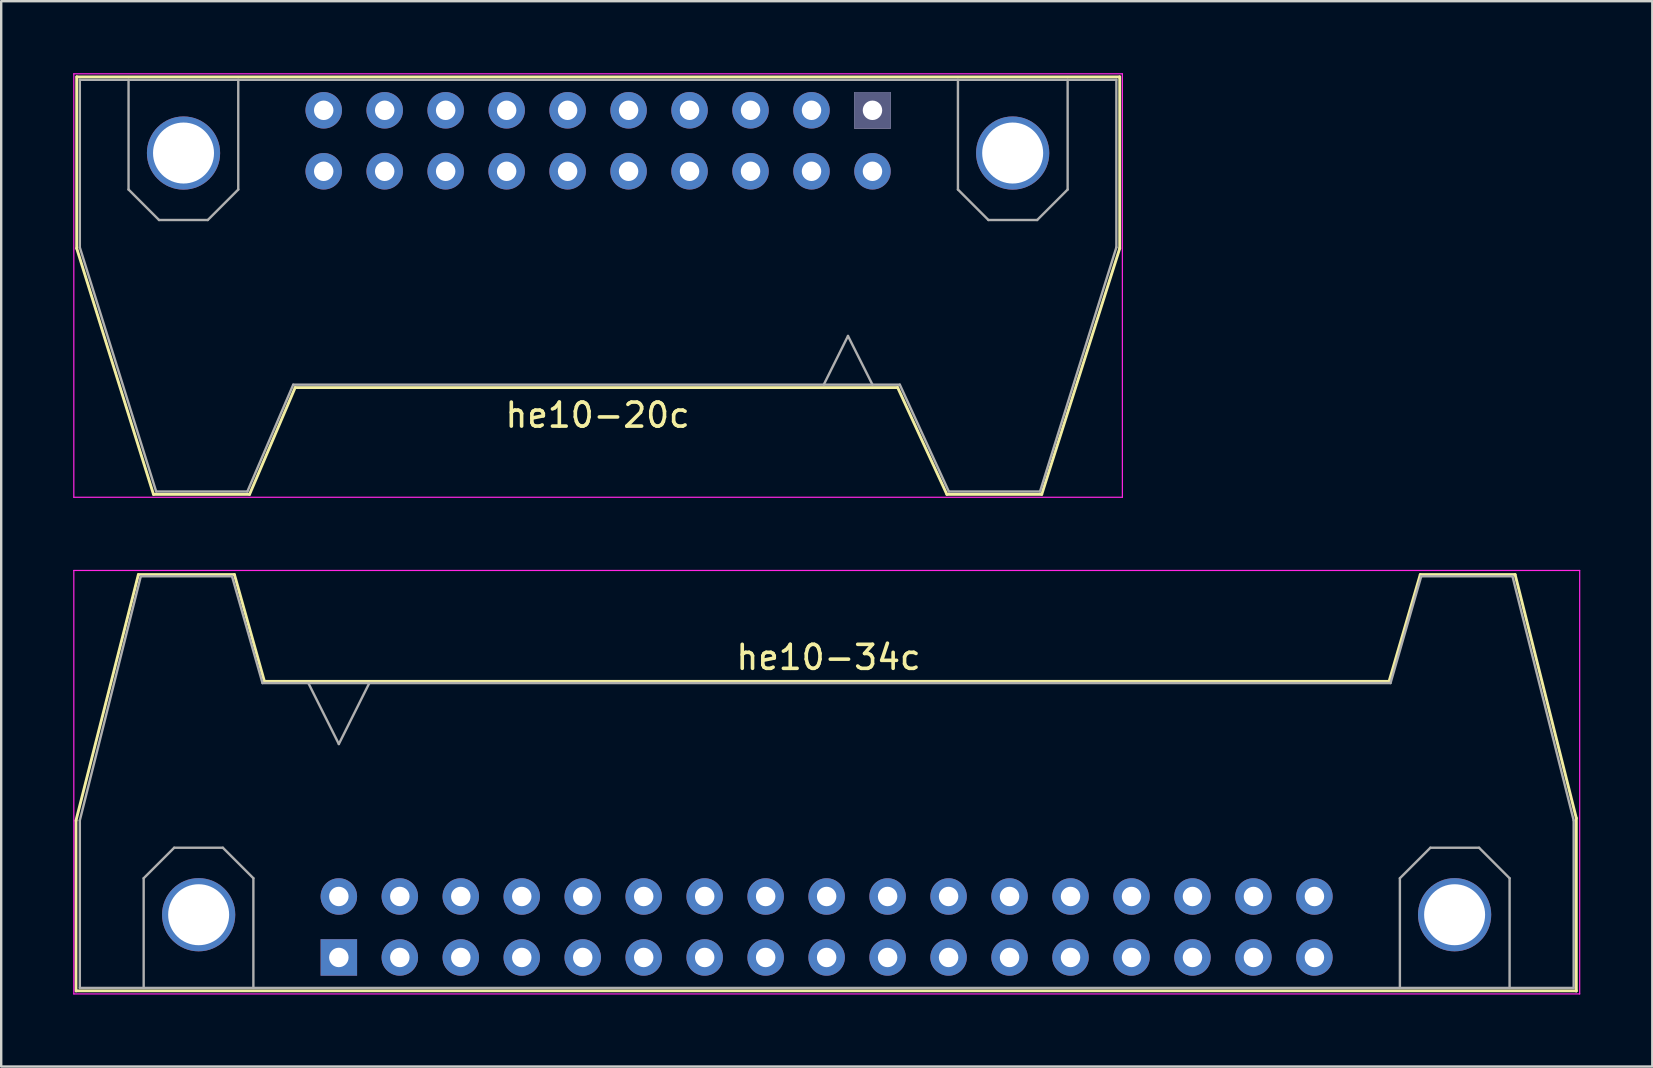
<source format=kicad_pcb>
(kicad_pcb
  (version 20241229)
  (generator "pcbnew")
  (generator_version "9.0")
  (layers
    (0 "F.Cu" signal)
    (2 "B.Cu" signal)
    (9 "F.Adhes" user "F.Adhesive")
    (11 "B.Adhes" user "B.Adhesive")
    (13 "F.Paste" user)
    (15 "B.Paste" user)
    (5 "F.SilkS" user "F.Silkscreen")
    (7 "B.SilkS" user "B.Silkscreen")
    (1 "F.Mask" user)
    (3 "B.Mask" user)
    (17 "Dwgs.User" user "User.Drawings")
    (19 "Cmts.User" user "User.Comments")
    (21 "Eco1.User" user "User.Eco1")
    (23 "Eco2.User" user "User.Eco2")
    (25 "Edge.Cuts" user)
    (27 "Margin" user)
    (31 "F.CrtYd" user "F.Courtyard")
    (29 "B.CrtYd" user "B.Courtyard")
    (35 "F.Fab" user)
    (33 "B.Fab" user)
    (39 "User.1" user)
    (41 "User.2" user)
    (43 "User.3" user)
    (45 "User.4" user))
  (footprint "he10-20c"
    (layer "F.Cu")
    (at 33.295 1.545)
    (property "Reference" "he10-20c" (at -11.45 12.7 0) (layer "F.SilkS") (effects (font (size 1 1) (thickness 0.15))))
    (attr through_hole)
    (fp_line (start -33.15 -1.4) (end -33.15 5.75) (stroke (width 0.12) (type solid)) (layer "F.SilkS"))
    (fp_line (start -33.15 5.75) (end -29.95 16) (stroke (width 0.12) (type solid)) (layer "F.SilkS"))
    (fp_line (start -33.14 -1.39) (end 10.28 -1.39) (stroke (width 0.12) (type solid)) (layer "F.SilkS"))
    (fp_line (start -29.95 16) (end -25.95 16) (stroke (width 0.12) (type solid)) (layer "F.SilkS"))
    (fp_line (start -25.95 16) (end -24.05 11.55) (stroke (width 0.12) (type solid)) (layer "F.SilkS"))
    (fp_line (start -24.05 11.55) (end 1.05 11.55) (stroke (width 0.12) (type solid)) (layer "F.SilkS"))
    (fp_line (start 1.05 11.55) (end 3.1 16) (stroke (width 0.12) (type solid)) (layer "F.SilkS"))
    (fp_line (start 3.1 16) (end 7.05 16) (stroke (width 0.12) (type solid)) (layer "F.SilkS"))
    (fp_line (start 7.05 16) (end 10.3 5.75) (stroke (width 0.12) (type solid)) (layer "F.SilkS"))
    (fp_line (start 10.3 5.75) (end 10.3 -1.4) (stroke (width 0.12) (type solid)) (layer "F.SilkS"))
    (fp_line (start -33.27 -1.52) (end -33.27 16.12) (stroke (width 0.05) (type solid)) (layer "F.CrtYd"))
    (fp_line (start -33.27 -1.52) (end 10.41 -1.52) (stroke (width 0.05) (type solid)) (layer "F.CrtYd"))
    (fp_line (start 10.41 16.12) (end -33.27 16.12) (stroke (width 0.05) (type solid)) (layer "F.CrtYd"))
    (fp_line (start 10.41 16.12) (end 10.41 -1.52) (stroke (width 0.05) (type solid)) (layer "F.CrtYd"))
    (fp_line (start -33.02 -1.27) (end -33.02 5.71) (stroke (width 0.1) (type solid)) (layer "F.Fab"))
    (fp_line (start -33.02 -1.27) (end 10.16 -1.27) (stroke (width 0.1) (type solid)) (layer "F.Fab"))
    (fp_line (start -33.02 5.71) (end -29.84 15.88) (stroke (width 0.1) (type solid)) (layer "F.Fab"))
    (fp_line (start -30.99 3.3) (end -30.99 -1.27) (stroke (width 0.1) (type solid)) (layer "F.Fab"))
    (fp_line (start -29.84 15.88) (end -26.04 15.88) (stroke (width 0.1) (type solid)) (layer "F.Fab"))
    (fp_line (start -29.72 4.57) (end -30.99 3.3) (stroke (width 0.1) (type solid)) (layer "F.Fab"))
    (fp_line (start -27.69 4.57) (end -29.72 4.57) (stroke (width 0.1) (type solid)) (layer "F.Fab"))
    (fp_line (start -26.42 -1.27) (end -26.42 3.3) (stroke (width 0.1) (type solid)) (layer "F.Fab"))
    (fp_line (start -26.42 3.3) (end -27.69 4.57) (stroke (width 0.1) (type solid)) (layer "F.Fab"))
    (fp_line (start -26.04 15.88) (end -24.13 11.43) (stroke (width 0.1) (type solid)) (layer "F.Fab"))
    (fp_line (start -24.13 11.43) (end 1.14 11.43) (stroke (width 0.1) (type solid)) (layer "F.Fab"))
    (fp_line (start -1.02 9.4) (end -2.03 11.43) (stroke (width 0.1) (type solid)) (layer "F.Fab"))
    (fp_line (start 0 11.43) (end -1.02 9.4) (stroke (width 0.1) (type solid)) (layer "F.Fab"))
    (fp_line (start 3.18 15.88) (end 1.14 11.43) (stroke (width 0.1) (type solid)) (layer "F.Fab"))
    (fp_line (start 3.56 3.3) (end 3.56 -1.27) (stroke (width 0.1) (type solid)) (layer "F.Fab"))
    (fp_line (start 4.83 4.57) (end 3.56 3.3) (stroke (width 0.1) (type solid)) (layer "F.Fab"))
    (fp_line (start 6.86 4.57) (end 4.83 4.57) (stroke (width 0.1) (type solid)) (layer "F.Fab"))
    (fp_line (start 6.98 15.88) (end 3.18 15.88) (stroke (width 0.1) (type solid)) (layer "F.Fab"))
    (fp_line (start 8.13 -1.27) (end 8.13 3.3) (stroke (width 0.1) (type solid)) (layer "F.Fab"))
    (fp_line (start 8.13 3.3) (end 6.86 4.57) (stroke (width 0.1) (type solid)) (layer "F.Fab"))
    (fp_line (start 10.16 -1.27) (end 10.16 5.71) (stroke (width 0.1) (type solid)) (layer "F.Fab"))
    (fp_line (start 10.16 5.71) (end 6.98 15.88) (stroke (width 0.1) (type solid)) (layer "F.Fab"))
    (pad "0" thru_hole circle (at -28.7 1.78) (size 3.05 3.05) (drill 2.54) (layers "*.Cu" "*.Mask"))
    (pad "0" thru_hole circle (at 5.84 1.78) (size 3.05 3.05) (drill 2.54) (layers "*.Cu" "*.Mask"))
    (pad "1" thru_hole rect (at 0 0) (size 1.52 1.52) (drill 0.81) (layers "*.Cu" "*.Mask" "*.Fab"))
    (pad "2" thru_hole circle (at 0 2.54) (size 1.52 1.52) (drill 0.81) (layers "*.Cu" "*.Mask"))
    (pad "3" thru_hole circle (at -2.54 0) (size 1.52 1.52) (drill 0.81) (layers "*.Cu" "*.Mask"))
    (pad "4" thru_hole circle (at -2.54 2.54) (size 1.52 1.52) (drill 0.81) (layers "*.Cu" "*.Mask"))
    (pad "5" thru_hole circle (at -5.08 0) (size 1.52 1.52) (drill 0.81) (layers "*.Cu" "*.Mask"))
    (pad "6" thru_hole circle (at -5.08 2.54) (size 1.52 1.52) (drill 0.81) (layers "*.Cu" "*.Mask"))
    (pad "7" thru_hole circle (at -7.62 0) (size 1.52 1.52) (drill 0.81) (layers "*.Cu" "*.Mask"))
    (pad "8" thru_hole circle (at -7.62 2.54) (size 1.52 1.52) (drill 0.81) (layers "*.Cu" "*.Mask"))
    (pad "9" thru_hole circle (at -10.16 0) (size 1.52 1.52) (drill 0.81) (layers "*.Cu" "*.Mask"))
    (pad "10" thru_hole circle (at -10.16 2.54) (size 1.52 1.52) (drill 0.81) (layers "*.Cu" "*.Mask"))
    (pad "11" thru_hole circle (at -12.7 0) (size 1.52 1.52) (drill 0.81) (layers "*.Cu" "*.Mask"))
    (pad "12" thru_hole circle (at -12.7 2.54) (size 1.52 1.52) (drill 0.81) (layers "*.Cu" "*.Mask"))
    (pad "13" thru_hole circle (at -15.24 0) (size 1.52 1.52) (drill 0.81) (layers "*.Cu" "*.Mask"))
    (pad "14" thru_hole circle (at -15.24 2.54) (size 1.52 1.52) (drill 0.81) (layers "*.Cu" "*.Mask"))
    (pad "15" thru_hole circle (at -17.78 0) (size 1.52 1.52) (drill 0.81) (layers "*.Cu" "*.Mask"))
    (pad "16" thru_hole circle (at -17.78 2.54) (size 1.52 1.52) (drill 0.81) (layers "*.Cu" "*.Mask"))
    (pad "17" thru_hole circle (at -20.32 0) (size 1.52 1.52) (drill 0.81) (layers "*.Cu" "*.Mask"))
    (pad "18" thru_hole circle (at -20.32 2.54) (size 1.52 1.52) (drill 0.81) (layers "*.Cu" "*.Mask"))
    (pad "19" thru_hole circle (at -22.86 0) (size 1.52 1.52) (drill 0.81) (layers "*.Cu" "*.Mask"))
    (pad "20" thru_hole circle (at -22.86 2.54) (size 1.52 1.52) (drill 0.81) (layers "*.Cu" "*.Mask")))
  (footprint "he10-34c"
    (layer "F.Cu")
    (at 11.065 36.835)
    (property "Reference" "he10-34c" (at 20.4 -12.5 0) (layer "F.SilkS") (effects (font (size 1 1) (thickness 0.15))))
    (attr through_hole)
    (fp_line (start -10.95 1.4) (end -10.95 -5.7) (stroke (width 0.12) (type solid)) (layer "F.SilkS"))
    (fp_line (start -8.35 -15.95) (end -10.95 -5.7) (stroke (width 0.12) (type solid)) (layer "F.SilkS"))
    (fp_line (start -4.35 -15.95) (end -8.35 -15.95) (stroke (width 0.12) (type solid)) (layer "F.SilkS"))
    (fp_line (start -3.1 -11.5) (end -4.35 -15.95) (stroke (width 0.12) (type solid)) (layer "F.SilkS"))
    (fp_line (start 43.75 -11.5) (end -3.1 -11.5) (stroke (width 0.12) (type solid)) (layer "F.SilkS"))
    (fp_line (start 45.05 -15.95) (end 43.75 -11.5) (stroke (width 0.12) (type solid)) (layer "F.SilkS"))
    (fp_line (start 49 -15.95) (end 45.05 -15.95) (stroke (width 0.12) (type solid)) (layer "F.SilkS"))
    (fp_line (start 51.55 -5.8) (end 49 -15.95) (stroke (width 0.12) (type solid)) (layer "F.SilkS"))
    (fp_line (start 51.55 1.39) (end -10.91 1.39) (stroke (width 0.12) (type solid)) (layer "F.SilkS"))
    (fp_line (start 51.55 1.4) (end 51.55 -5.8) (stroke (width 0.12) (type solid)) (layer "F.SilkS"))
    (fp_line (start -11.04 -16.12) (end -11.04 1.52) (stroke (width 0.05) (type solid)) (layer "F.CrtYd"))
    (fp_line (start -11.04 -16.12) (end 51.69 -16.12) (stroke (width 0.05) (type solid)) (layer "F.CrtYd"))
    (fp_line (start 51.69 1.52) (end -11.04 1.52) (stroke (width 0.05) (type solid)) (layer "F.CrtYd"))
    (fp_line (start 51.69 1.52) (end 51.69 -16.12) (stroke (width 0.05) (type solid)) (layer "F.CrtYd"))
    (fp_line (start -10.79 -5.71) (end -10.79 1.27) (stroke (width 0.1) (type solid)) (layer "F.Fab"))
    (fp_line (start -10.79 1.27) (end 51.44 1.27) (stroke (width 0.1) (type solid)) (layer "F.Fab"))
    (fp_line (start -8.25 -15.88) (end -10.79 -5.71) (stroke (width 0.1) (type solid)) (layer "F.Fab"))
    (fp_line (start -8.25 -15.88) (end -4.45 -15.88) (stroke (width 0.1) (type solid)) (layer "F.Fab"))
    (fp_line (start -8.13 -3.3) (end -6.86 -4.57) (stroke (width 0.1) (type solid)) (layer "F.Fab"))
    (fp_line (start -8.13 1.27) (end -8.13 -3.3) (stroke (width 0.1) (type solid)) (layer "F.Fab"))
    (fp_line (start -6.86 -4.57) (end -4.83 -4.57) (stroke (width 0.1) (type solid)) (layer "F.Fab"))
    (fp_line (start -4.83 -4.57) (end -3.56 -3.3) (stroke (width 0.1) (type solid)) (layer "F.Fab"))
    (fp_line (start -4.45 -15.88) (end -3.18 -11.43) (stroke (width 0.1) (type solid)) (layer "F.Fab"))
    (fp_line (start -3.56 1.27) (end -3.56 -3.3) (stroke (width 0.1) (type solid)) (layer "F.Fab"))
    (fp_line (start -3.18 -11.43) (end 43.81 -11.43) (stroke (width 0.1) (type solid)) (layer "F.Fab"))
    (fp_line (start -1.27 -11.43) (end 0 -8.89) (stroke (width 0.1) (type solid)) (layer "F.Fab"))
    (fp_line (start 0 -8.89) (end 1.27 -11.43) (stroke (width 0.1) (type solid)) (layer "F.Fab"))
    (fp_line (start 44.2 -3.3) (end 45.47 -4.57) (stroke (width 0.1) (type solid)) (layer "F.Fab"))
    (fp_line (start 44.2 1.27) (end 44.2 -3.3) (stroke (width 0.1) (type solid)) (layer "F.Fab"))
    (fp_line (start 45.09 -15.88) (end 43.81 -11.43) (stroke (width 0.1) (type solid)) (layer "F.Fab"))
    (fp_line (start 45.47 -4.57) (end 47.5 -4.57) (stroke (width 0.1) (type solid)) (layer "F.Fab"))
    (fp_line (start 47.5 -4.57) (end 48.77 -3.3) (stroke (width 0.1) (type solid)) (layer "F.Fab"))
    (fp_line (start 48.77 -3.3) (end 48.77 1.27) (stroke (width 0.1) (type solid)) (layer "F.Fab"))
    (fp_line (start 48.89 -15.88) (end 45.09 -15.88) (stroke (width 0.1) (type solid)) (layer "F.Fab"))
    (fp_line (start 51.44 -5.71) (end 48.89 -15.88) (stroke (width 0.1) (type solid)) (layer "F.Fab"))
    (fp_line (start 51.44 1.27) (end 51.44 -5.71) (stroke (width 0.1) (type solid)) (layer "F.Fab"))
    (pad "0" thru_hole circle (at -5.84 -1.78) (size 3.05 3.05) (drill 2.54) (layers "*.Cu" "*.Mask"))
    (pad "0" thru_hole circle (at 46.48 -1.78) (size 3.05 3.05) (drill 2.54) (layers "*.Cu" "*.Mask"))
    (pad "1" thru_hole rect (at 0 0) (size 1.52 1.52) (drill 0.81) (layers "*.Cu" "*.Mask"))
    (pad "2" thru_hole circle (at 0 -2.54) (size 1.52 1.52) (drill 0.81) (layers "*.Cu" "*.Mask"))
    (pad "3" thru_hole circle (at 2.54 0) (size 1.52 1.52) (drill 0.81) (layers "*.Cu" "*.Mask"))
    (pad "4" thru_hole circle (at 2.54 -2.54) (size 1.52 1.52) (drill 0.81) (layers "*.Cu" "*.Mask"))
    (pad "5" thru_hole circle (at 5.08 0) (size 1.52 1.52) (drill 0.81) (layers "*.Cu" "*.Mask"))
    (pad "6" thru_hole circle (at 5.08 -2.54) (size 1.52 1.52) (drill 0.81) (layers "*.Cu" "*.Mask"))
    (pad "7" thru_hole circle (at 7.62 0) (size 1.52 1.52) (drill 0.81) (layers "*.Cu" "*.Mask"))
    (pad "8" thru_hole circle (at 7.62 -2.54) (size 1.52 1.52) (drill 0.81) (layers "*.Cu" "*.Mask"))
    (pad "9" thru_hole circle (at 10.16 0) (size 1.52 1.52) (drill 0.81) (layers "*.Cu" "*.Mask"))
    (pad "10" thru_hole circle (at 10.16 -2.54) (size 1.52 1.52) (drill 0.81) (layers "*.Cu" "*.Mask"))
    (pad "11" thru_hole circle (at 12.7 0) (size 1.52 1.52) (drill 0.81) (layers "*.Cu" "*.Mask"))
    (pad "12" thru_hole circle (at 12.7 -2.54) (size 1.52 1.52) (drill 0.81) (layers "*.Cu" "*.Mask"))
    (pad "13" thru_hole circle (at 15.24 0) (size 1.52 1.52) (drill 0.81) (layers "*.Cu" "*.Mask"))
    (pad "14" thru_hole circle (at 15.24 -2.54) (size 1.52 1.52) (drill 0.81) (layers "*.Cu" "*.Mask"))
    (pad "15" thru_hole circle (at 17.78 0) (size 1.52 1.52) (drill 0.81) (layers "*.Cu" "*.Mask"))
    (pad "16" thru_hole circle (at 17.78 -2.54) (size 1.52 1.52) (drill 0.81) (layers "*.Cu" "*.Mask"))
    (pad "17" thru_hole circle (at 20.32 0) (size 1.52 1.52) (drill 0.81) (layers "*.Cu" "*.Mask"))
    (pad "18" thru_hole circle (at 20.32 -2.54) (size 1.52 1.52) (drill 0.81) (layers "*.Cu" "*.Mask"))
    (pad "19" thru_hole circle (at 22.86 0) (size 1.52 1.52) (drill 0.81) (layers "*.Cu" "*.Mask"))
    (pad "20" thru_hole circle (at 22.86 -2.54) (size 1.52 1.52) (drill 0.81) (layers "*.Cu" "*.Mask"))
    (pad "21" thru_hole circle (at 25.4 0) (size 1.52 1.52) (drill 0.81) (layers "*.Cu" "*.Mask"))
    (pad "22" thru_hole circle (at 25.4 -2.54) (size 1.52 1.52) (drill 0.81) (layers "*.Cu" "*.Mask"))
    (pad "23" thru_hole circle (at 27.94 0) (size 1.52 1.52) (drill 0.81) (layers "*.Cu" "*.Mask"))
    (pad "24" thru_hole circle (at 27.94 -2.54) (size 1.52 1.52) (drill 0.81) (layers "*.Cu" "*.Mask"))
    (pad "25" thru_hole circle (at 30.48 0) (size 1.52 1.52) (drill 0.81) (layers "*.Cu" "*.Mask"))
    (pad "26" thru_hole circle (at 30.48 -2.54) (size 1.52 1.52) (drill 0.81) (layers "*.Cu" "*.Mask"))
    (pad "27" thru_hole circle (at 33.02 0) (size 1.52 1.52) (drill 0.81) (layers "*.Cu" "*.Mask"))
    (pad "28" thru_hole circle (at 33.02 -2.54) (size 1.52 1.52) (drill 0.81) (layers "*.Cu" "*.Mask"))
    (pad "29" thru_hole circle (at 35.56 0) (size 1.52 1.52) (drill 0.81) (layers "*.Cu" "*.Mask"))
    (pad "30" thru_hole circle (at 35.56 -2.54) (size 1.52 1.52) (drill 0.81) (layers "*.Cu" "*.Mask"))
    (pad "31" thru_hole circle (at 38.1 0) (size 1.52 1.52) (drill 0.81) (layers "*.Cu" "*.Mask"))
    (pad "32" thru_hole circle (at 38.1 -2.54) (size 1.52 1.52) (drill 0.81) (layers "*.Cu" "*.Mask"))
    (pad "33" thru_hole circle (at 40.64 0) (size 1.52 1.52) (drill 0.81) (layers "*.Cu" "*.Mask"))
    (pad "34" thru_hole circle (at 40.64 -2.54) (size 1.52 1.52) (drill 0.81) (layers "*.Cu" "*.Mask")))
  (gr_rect
    (start -3 -3)
    (end 65.78 41.38)
    (stroke (width 0.1) (type default))
    (fill no)
    (layer "Edge.Cuts")))
</source>
